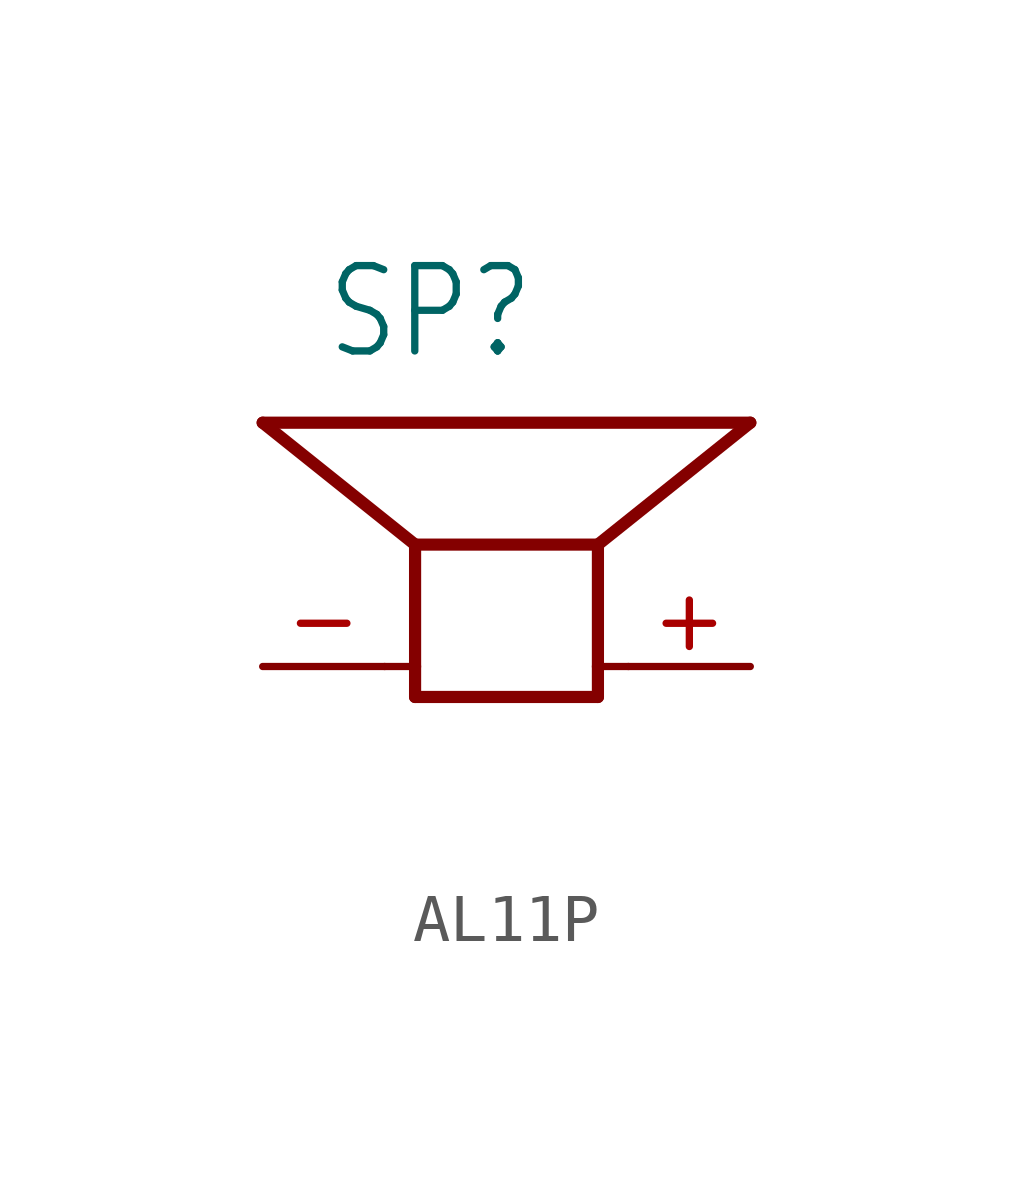
<source format=kicad_sym>
(kicad_symbol_lib
  (version 20231120)
  (generator "kicad_symbol_editor")
  (generator_version "8.0")
  (symbol "AL11P"
    (property "Reference" "SP"
      (at -3.81 6.35 0)
      (effects (font (size 1.778 1.511)) (justify left bottom)))
    (property "Value" ""
      (at -3.81 -3.175 0)
      (effects (font (size 1.778 1.511)) (justify left bottom)))
    (property "ki_locked" ""
      (at 0 0 0)
      (effects (font (size 1.27 1.27))))
    (symbol "AL11P_1_0"
      (polyline (pts (xy -2.54 0) (xy -1.905 0)) (stroke (width 0.152) (type solid)) (fill (type none)))
      (polyline (pts (xy -1.905 -0.635) (xy -1.905 0)) (stroke (width 0.254) (type solid)) (fill (type none)))
      (polyline (pts (xy -1.905 -0.635) (xy 1.905 -0.635)) (stroke (width 0.254) (type solid)) (fill (type none)))
      (polyline (pts (xy -1.905 0) (xy -1.905 2.54)) (stroke (width 0.254) (type solid)) (fill (type none)))
      (polyline (pts (xy -1.905 2.54) (xy -5.08 5.08)) (stroke (width 0.254) (type solid)) (fill (type none)))
      (polyline (pts (xy 1.905 -0.635) (xy 1.905 0)) (stroke (width 0.254) (type solid)) (fill (type none)))
      (polyline (pts (xy 1.905 0) (xy 1.905 2.54)) (stroke (width 0.254) (type solid)) (fill (type none)))
      (polyline (pts (xy 1.905 2.54) (xy -1.905 2.54)) (stroke (width 0.254) (type solid)) (fill (type none)))
      (polyline (pts (xy 1.905 2.54) (xy 5.08 5.08)) (stroke (width 0.254) (type solid)) (fill (type none)))
      (polyline (pts (xy 2.54 0) (xy 1.905 0)) (stroke (width 0.152) (type solid)) (fill (type none)))
      (polyline (pts (xy 5.08 5.08) (xy -5.08 5.08)) (stroke (width 0.254) (type solid)) (fill (type none)))
      (pin passive line (at 5.08 0 180) (length 2.54) (name "2" (effects (font (size 0 0)))) (number "+" (effects (font (size 1.27 1.27)))))
      (pin passive line (at -5.08 0 0) (length 2.54) (name "1" (effects (font (size 0 0)))) (number "-" (effects (font (size 1.27 1.27))))))))
</source>
